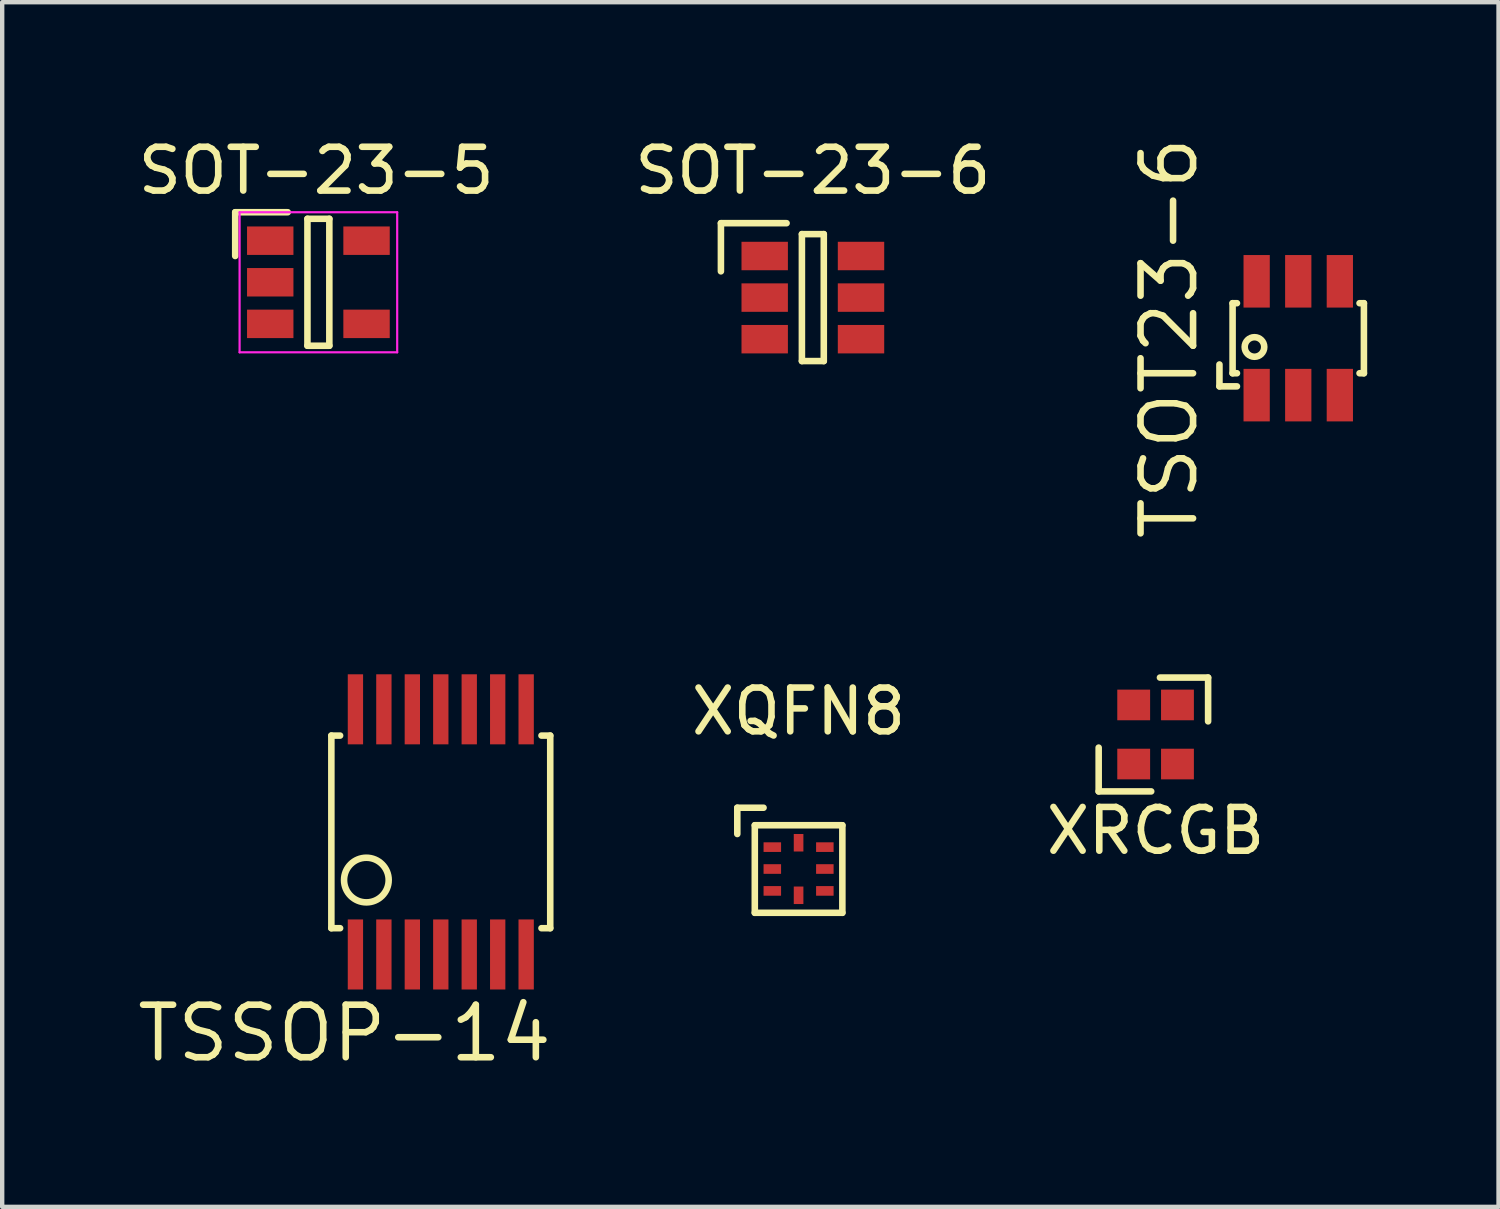
<source format=kicad_pcb>
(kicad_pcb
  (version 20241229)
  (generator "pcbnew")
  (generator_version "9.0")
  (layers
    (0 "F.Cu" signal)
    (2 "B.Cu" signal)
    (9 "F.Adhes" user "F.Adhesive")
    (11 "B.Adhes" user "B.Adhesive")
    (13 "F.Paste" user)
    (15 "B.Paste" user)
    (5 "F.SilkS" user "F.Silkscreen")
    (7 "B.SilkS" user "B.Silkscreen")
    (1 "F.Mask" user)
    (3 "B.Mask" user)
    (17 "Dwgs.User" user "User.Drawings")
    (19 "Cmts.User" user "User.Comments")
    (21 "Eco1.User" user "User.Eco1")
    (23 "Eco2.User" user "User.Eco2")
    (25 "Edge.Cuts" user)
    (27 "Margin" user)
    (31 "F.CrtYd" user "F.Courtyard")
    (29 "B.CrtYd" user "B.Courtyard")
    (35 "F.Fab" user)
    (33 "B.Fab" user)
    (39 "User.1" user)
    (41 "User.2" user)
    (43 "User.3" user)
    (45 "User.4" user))
  (footprint "XQFN8"
    (layer "F.Cu")
    (at 15.192 16.801)
    (property "Reference" "XQFN8" (at 0 -3.6 0) (layer "F.SilkS") (effects (font (size 1 1) (thickness 0.15))))
    (attr through_hole)
    (fp_line (start -1.4 -1.4) (end -1.4 -0.8) (stroke (width 0.15) (type solid)) (layer "F.SilkS"))
    (fp_line (start -1 -1) (end -1 1) (stroke (width 0.15) (type solid)) (layer "F.SilkS"))
    (fp_line (start -1 1) (end 1 1) (stroke (width 0.15) (type solid)) (layer "F.SilkS"))
    (fp_line (start -0.8 -1.4) (end -1.4 -1.4) (stroke (width 0.15) (type solid)) (layer "F.SilkS"))
    (fp_line (start 1 -1) (end -1 -1) (stroke (width 0.15) (type solid)) (layer "F.SilkS"))
    (fp_line (start 1 1) (end 1 -1) (stroke (width 0.15) (type solid)) (layer "F.SilkS"))
    (pad "1" smd rect (at -0.6 -0.5) (size 0.4 0.22) (layers "F.Cu" "F.Mask" "F.Paste"))
    (pad "2" smd rect (at -0.6 0) (size 0.4 0.22) (layers "F.Cu" "F.Mask" "F.Paste"))
    (pad "3" smd rect (at -0.6 0.5) (size 0.4 0.22) (layers "F.Cu" "F.Mask" "F.Paste"))
    (pad "4" smd rect (at 0 0.6) (size 0.22 0.4) (layers "F.Cu" "F.Mask" "F.Paste"))
    (pad "5" smd rect (at 0.6 0.5) (size 0.4 0.22) (layers "F.Cu" "F.Mask" "F.Paste"))
    (pad "6" smd rect (at 0.6 0) (size 0.4 0.22) (layers "F.Cu" "F.Mask" "F.Paste"))
    (pad "7" smd rect (at 0.6 -0.5) (size 0.4 0.22) (layers "F.Cu" "F.Mask" "F.Paste"))
    (pad "8" smd rect (at 0 -0.6) (size 0.22 0.4) (layers "F.Cu" "F.Mask" "F.Paste")))
  (footprint "SOT-23-6"
    (layer "F.Cu")
    (at 15.518 3.748)
    (property "Reference" "SOT-23-6" (at 0 -2.9 0) (layer "F.SilkS") (effects (font (size 1 1) (thickness 0.15))))
    (attr smd)
    (fp_line (start -2.1 -1.7) (end -2.1 -0.6) (stroke (width 0.15) (type solid)) (layer "F.SilkS"))
    (fp_line (start -0.6 -1.7) (end -2.1 -1.7) (stroke (width 0.15) (type solid)) (layer "F.SilkS"))
    (fp_line (start -0.25 -1.45) (end -0.25 1.45) (stroke (width 0.15) (type solid)) (layer "F.SilkS"))
    (fp_line (start -0.25 1.45) (end 0.25 1.45) (stroke (width 0.15) (type solid)) (layer "F.SilkS"))
    (fp_line (start 0.25 -1.45) (end -0.25 -1.45) (stroke (width 0.15) (type solid)) (layer "F.SilkS"))
    (fp_line (start 0.25 1.45) (end 0.25 -1.45) (stroke (width 0.15) (type solid)) (layer "F.SilkS"))
    (pad "1" smd rect (at -1.1 -0.95) (size 1.06 0.65) (layers "F.Cu" "F.Mask" "F.Paste"))
    (pad "2" smd rect (at -1.1 0) (size 1.06 0.65) (layers "F.Cu" "F.Mask" "F.Paste"))
    (pad "3" smd rect (at -1.1 0.95) (size 1.06 0.65) (layers "F.Cu" "F.Mask" "F.Paste"))
    (pad "4" smd rect (at 1.1 0.95) (size 1.06 0.65) (layers "F.Cu" "F.Mask" "F.Paste"))
    (pad "5" smd rect (at 1.1 0) (size 1.06 0.65) (layers "F.Cu" "F.Mask" "F.Paste"))
    (pad "6" smd rect (at 1.1 -0.95) (size 1.06 0.65) (layers "F.Cu" "F.Mask" "F.Paste")))
  (footprint "SOT-23-5"
    (layer "F.Cu")
    (at 4.223 3.398)
    (property "Reference" "SOT-23-5" (at -0.05 -2.55 0) (layer "F.SilkS") (effects (font (size 1 1) (thickness 0.15))))
    (attr smd)
    (fp_line (start -1.9 -1.6) (end -1.9 -0.6) (stroke (width 0.15) (type solid)) (layer "F.SilkS"))
    (fp_line (start -0.7 -1.6) (end -1.9 -1.6) (stroke (width 0.15) (type solid)) (layer "F.SilkS"))
    (fp_line (start -0.25 -1.45) (end -0.25 1.45) (stroke (width 0.15) (type solid)) (layer "F.SilkS"))
    (fp_line (start -0.25 1.45) (end 0.25 1.45) (stroke (width 0.15) (type solid)) (layer "F.SilkS"))
    (fp_line (start 0.25 -1.45) (end -0.25 -1.45) (stroke (width 0.15) (type solid)) (layer "F.SilkS"))
    (fp_line (start 0.25 1.45) (end 0.25 -1.45) (stroke (width 0.15) (type solid)) (layer "F.SilkS"))
    (fp_line (start -1.8 -1.6) (end 1.8 -1.6) (stroke (width 0.05) (type solid)) (layer "F.CrtYd"))
    (fp_line (start -1.8 1.6) (end -1.8 -1.6) (stroke (width 0.05) (type solid)) (layer "F.CrtYd"))
    (fp_line (start 1.8 -1.6) (end 1.8 1.6) (stroke (width 0.05) (type solid)) (layer "F.CrtYd"))
    (fp_line (start 1.8 1.6) (end -1.8 1.6) (stroke (width 0.05) (type solid)) (layer "F.CrtYd"))
    (pad "1" smd rect (at -1.1 -0.95) (size 1.06 0.65) (layers "F.Cu" "F.Mask" "F.Paste"))
    (pad "2" smd rect (at -1.1 0) (size 1.06 0.65) (layers "F.Cu" "F.Mask" "F.Paste"))
    (pad "3" smd rect (at -1.1 0.95) (size 1.06 0.65) (layers "F.Cu" "F.Mask" "F.Paste"))
    (pad "4" smd rect (at 1.1 0.95) (size 1.06 0.65) (layers "F.Cu" "F.Mask" "F.Paste"))
    (pad "5" smd rect (at 1.1 -0.95) (size 1.06 0.65) (layers "F.Cu" "F.Mask" "F.Paste")))
  (footprint "XRCGB"
    (layer "F.Cu")
    (at 23.347 13.728)
    (property "Reference" "XRCGB" (at 0 2.2 0) (layer "F.SilkS") (effects (font (size 1 1) (thickness 0.15))))
    (attr through_hole)
    (fp_line (start -1.3 0.3) (end -1.3 1.3) (stroke (width 0.15) (type solid)) (layer "F.SilkS"))
    (fp_line (start -1.3 1.3) (end -0.1 1.3) (stroke (width 0.15) (type solid)) (layer "F.SilkS"))
    (fp_line (start 0.1 -1.3) (end 1.2 -1.3) (stroke (width 0.15) (type solid)) (layer "F.SilkS"))
    (fp_line (start 1.2 -1.3) (end 1.2 -0.3) (stroke (width 0.15) (type solid)) (layer "F.SilkS"))
    (pad "1" smd rect (at -0.5 0.675) (size 0.75 0.7) (layers "F.Cu" "F.Mask" "F.Paste"))
    (pad "2" smd rect (at 0.5 0.675) (size 0.75 0.7) (layers "F.Cu" "F.Mask" "F.Paste"))
    (pad "3" smd rect (at 0.5 -0.675) (size 0.75 0.7) (layers "F.Cu" "F.Mask" "F.Paste"))
    (pad "4" smd rect (at -0.5 -0.675) (size 0.75 0.7) (layers "F.Cu" "F.Mask" "F.Paste")))
  (footprint "TSOT23-6"
    (layer "F.Cu")
    (at 26.606 4.676)
    (property "Reference" "TSOT23-6" (at -2.95 0 90) (layer "F.SilkS") (effects (font (size 1.2 1.2) (thickness 0.15))))
    (attr through_hole)
    (fp_line (start -1.8 1.1) (end -1.8 0.6) (stroke (width 0.15) (type solid)) (layer "F.SilkS"))
    (fp_line (start -1.5 -0.8) (end -1.5 0.8) (stroke (width 0.15) (type solid)) (layer "F.SilkS"))
    (fp_line (start -1.5 0.8) (end -1.4 0.8) (stroke (width 0.15) (type solid)) (layer "F.SilkS"))
    (fp_line (start -1.4 -0.8) (end -1.5 -0.8) (stroke (width 0.15) (type solid)) (layer "F.SilkS"))
    (fp_line (start -1.4 1.1) (end -1.8 1.1) (stroke (width 0.15) (type solid)) (layer "F.SilkS"))
    (fp_line (start 1.4 0.8) (end 1.5 0.8) (stroke (width 0.15) (type solid)) (layer "F.SilkS"))
    (fp_line (start 1.5 -0.8) (end 1.4 -0.8) (stroke (width 0.15) (type solid)) (layer "F.SilkS"))
    (fp_line (start 1.5 0.8) (end 1.5 -0.8) (stroke (width 0.15) (type solid)) (layer "F.SilkS"))
    (fp_circle (center -1 0.2) (end -1.1 0.4) (stroke (width 0.15) (type solid)) (fill no) (layer "F.SilkS"))
    (pad "1" smd rect (at -0.95 1.3) (size 0.6 1.2) (layers "F.Cu" "F.Mask" "F.Paste"))
    (pad "2" smd rect (at 0 1.3) (size 0.6 1.2) (layers "F.Cu" "F.Mask" "F.Paste"))
    (pad "3" smd rect (at 0.95 1.3) (size 0.6 1.2) (layers "F.Cu" "F.Mask" "F.Paste"))
    (pad "4" smd rect (at 0.95 -1.3) (size 0.6 1.2) (layers "F.Cu" "F.Mask" "F.Paste"))
    (pad "5" smd rect (at 0 -1.3) (size 0.6 1.2) (layers "F.Cu" "F.Mask" "F.Paste"))
    (pad "6" smd rect (at -0.95 -1.3) (size 0.6 1.2) (layers "F.Cu" "F.Mask" "F.Paste")))
  (footprint "TSSOP-14"
    (layer "F.Cu")
    (at 7.019 15.953)
    (property "Reference" "TSSOP-14" (at -2.2 4.6 180) (layer "F.SilkS") (effects (font (size 1.2 1.2) (thickness 0.15))))
    (attr through_hole)
    (fp_line (start -2.5 -2.2) (end -2.5 2.2) (stroke (width 0.15) (type solid)) (layer "F.SilkS"))
    (fp_line (start -2.5 -2.2) (end -2.3 -2.2) (stroke (width 0.15) (type solid)) (layer "F.SilkS"))
    (fp_line (start -2.5 2.2) (end -2.3 2.2) (stroke (width 0.15) (type solid)) (layer "F.SilkS"))
    (fp_line (start 2.5 -2.2) (end 2.3 -2.2) (stroke (width 0.15) (type solid)) (layer "F.SilkS"))
    (fp_line (start 2.5 2.2) (end 2.3 2.2) (stroke (width 0.15) (type solid)) (layer "F.SilkS"))
    (fp_line (start 2.5 2.2) (end 2.5 -2.2) (stroke (width 0.15) (type solid)) (layer "F.SilkS"))
    (fp_circle (center -1.7 1.1) (end -2.2 1.2) (stroke (width 0.15) (type solid)) (fill no) (layer "F.SilkS"))
    (pad "1" smd rect (at -1.95 2.8) (size 0.35 1.6) (layers "F.Cu" "F.Mask" "F.Paste"))
    (pad "2" smd rect (at -1.3 2.8) (size 0.35 1.6) (layers "F.Cu" "F.Mask" "F.Paste"))
    (pad "3" smd rect (at -0.65 2.8) (size 0.35 1.6) (layers "F.Cu" "F.Mask" "F.Paste"))
    (pad "4" smd rect (at 0 2.8) (size 0.35 1.6) (layers "F.Cu" "F.Mask" "F.Paste"))
    (pad "5" smd rect (at 0.65 2.8) (size 0.35 1.6) (layers "F.Cu" "F.Mask" "F.Paste"))
    (pad "6" smd rect (at 1.3 2.8) (size 0.35 1.6) (layers "F.Cu" "F.Mask" "F.Paste"))
    (pad "7" smd rect (at 1.95 2.8) (size 0.35 1.6) (layers "F.Cu" "F.Mask" "F.Paste"))
    (pad "8" smd rect (at 1.95 -2.8) (size 0.35 1.6) (layers "F.Cu" "F.Mask" "F.Paste"))
    (pad "9" smd rect (at 1.3 -2.8) (size 0.35 1.6) (layers "F.Cu" "F.Mask" "F.Paste"))
    (pad "10" smd rect (at 0.65 -2.8) (size 0.35 1.6) (layers "F.Cu" "F.Mask" "F.Paste"))
    (pad "11" smd rect (at 0 -2.8) (size 0.35 1.6) (layers "F.Cu" "F.Mask" "F.Paste"))
    (pad "12" smd rect (at -0.65 -2.8) (size 0.35 1.6) (layers "F.Cu" "F.Mask" "F.Paste"))
    (pad "13" smd rect (at -1.3 -2.8) (size 0.35 1.6) (layers "F.Cu" "F.Mask" "F.Paste"))
    (pad "14" smd rect (at -1.95 -2.8) (size 0.35 1.6) (layers "F.Cu" "F.Mask" "F.Paste")))
  (gr_rect
    (start -3 -3)
    (end 31.181 24.518)
    (stroke (width 0.1) (type default))
    (fill no)
    (layer "Edge.Cuts")))
</source>
